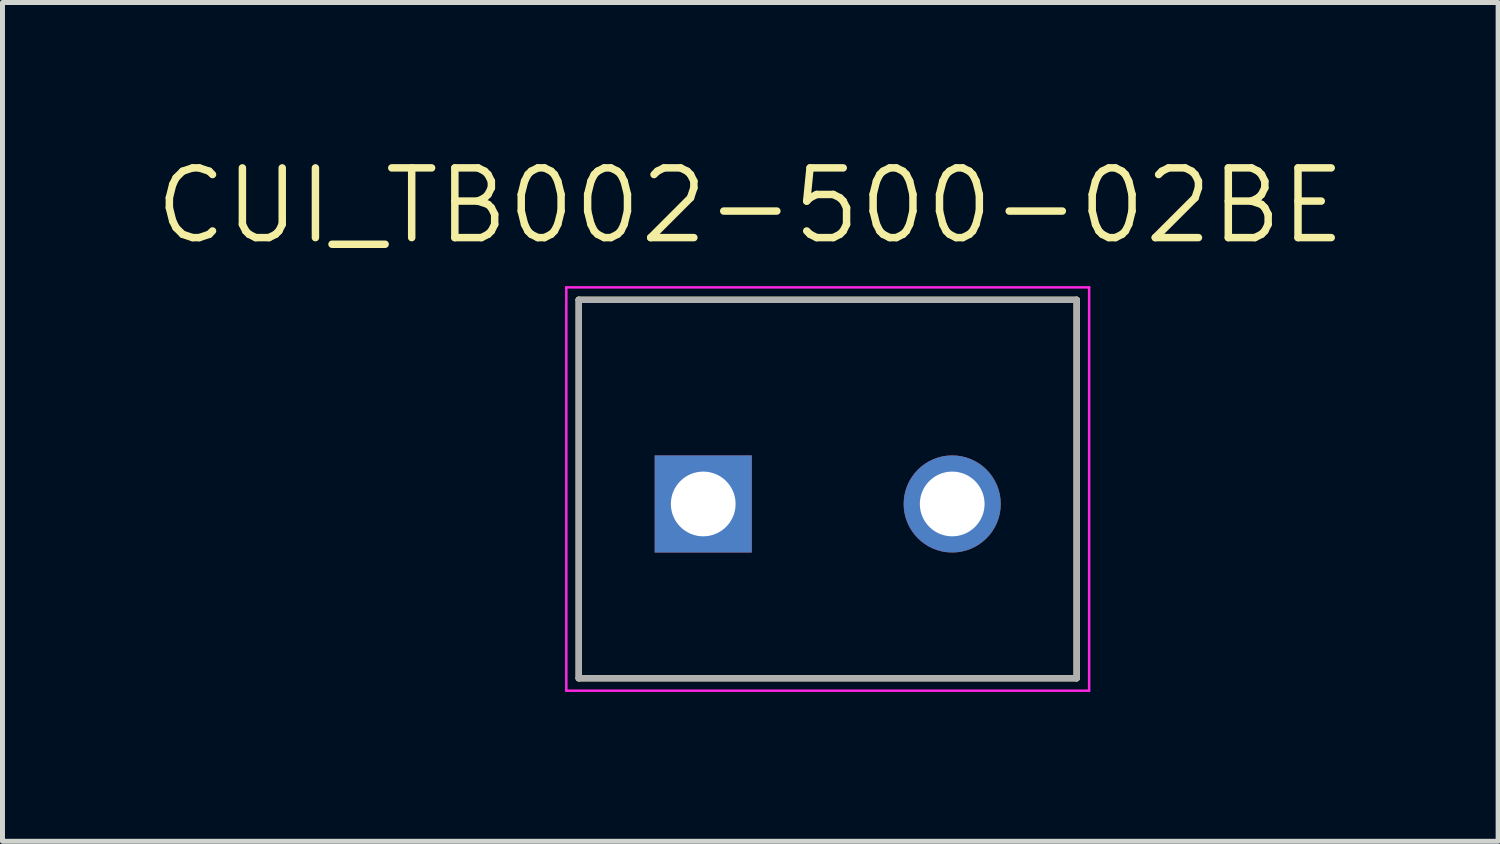
<source format=kicad_pcb>
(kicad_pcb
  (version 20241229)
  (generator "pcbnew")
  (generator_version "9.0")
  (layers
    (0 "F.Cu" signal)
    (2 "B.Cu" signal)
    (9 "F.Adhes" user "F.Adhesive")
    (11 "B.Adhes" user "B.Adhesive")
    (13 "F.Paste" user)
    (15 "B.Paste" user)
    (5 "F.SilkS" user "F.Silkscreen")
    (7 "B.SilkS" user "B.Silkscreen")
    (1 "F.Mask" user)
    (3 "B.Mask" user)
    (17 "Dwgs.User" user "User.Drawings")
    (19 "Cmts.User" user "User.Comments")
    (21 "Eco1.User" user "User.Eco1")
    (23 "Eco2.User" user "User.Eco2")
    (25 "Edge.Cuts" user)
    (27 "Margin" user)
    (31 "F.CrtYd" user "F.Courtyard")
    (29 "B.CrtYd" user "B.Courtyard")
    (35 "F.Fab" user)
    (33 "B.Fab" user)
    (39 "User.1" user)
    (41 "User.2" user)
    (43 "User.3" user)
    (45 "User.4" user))
  (footprint "CUI_TB002-500-02BE"
    (layer "F.Cu")
    (at 11.073 7.071)
    (property "Reference" "CUI_TB002-500-02BE" (at 0.945 -5.989 0) (layer "F.SilkS") (effects (font (size 1.4 1.4) (thickness 0.15))))
    (attr through_hole)
    (fp_line (start -2.5 -4.1) (end 7.5 -4.1) (stroke (width 0.127) (type solid)) (layer "F.SilkS"))
    (fp_line (start -2.5 3.5) (end -2.5 -4.1) (stroke (width 0.127) (type solid)) (layer "F.SilkS"))
    (fp_line (start 7.5 -4.1) (end 7.5 3.5) (stroke (width 0.127) (type solid)) (layer "F.SilkS"))
    (fp_line (start 7.5 3.5) (end -2.5 3.5) (stroke (width 0.127) (type solid)) (layer "F.SilkS"))
    (fp_line (start -2.75 -4.35) (end 7.75 -4.35) (stroke (width 0.05) (type solid)) (layer "F.CrtYd"))
    (fp_line (start -2.75 3.75) (end -2.75 -4.35) (stroke (width 0.05) (type solid)) (layer "F.CrtYd"))
    (fp_line (start 7.75 -4.35) (end 7.75 3.75) (stroke (width 0.05) (type solid)) (layer "F.CrtYd"))
    (fp_line (start 7.75 3.75) (end -2.75 3.75) (stroke (width 0.05) (type solid)) (layer "F.CrtYd"))
    (fp_line (start -2.5 -4.1) (end 7.5 -4.1) (stroke (width 0.127) (type solid)) (layer "F.Fab"))
    (fp_line (start -2.5 3.5) (end -2.5 -4.1) (stroke (width 0.127) (type solid)) (layer "F.Fab"))
    (fp_line (start 7.5 -4.1) (end 7.5 3.5) (stroke (width 0.127) (type solid)) (layer "F.Fab"))
    (fp_line (start 7.5 3.5) (end -2.5 3.5) (stroke (width 0.127) (type solid)) (layer "F.Fab"))
    (pad "1" thru_hole rect (at 0 0) (size 1.95 1.95) (drill 1.3) (layers "*.Cu" "*.Mask"))
    (pad "2" thru_hole circle (at 5 0) (size 1.95 1.95) (drill 1.3) (layers "*.Cu" "*.Mask")))
  (gr_rect
    (start -3 -3)
    (end 27.037 13.846)
    (stroke (width 0.1) (type default))
    (fill no)
    (layer "Edge.Cuts")))
</source>
